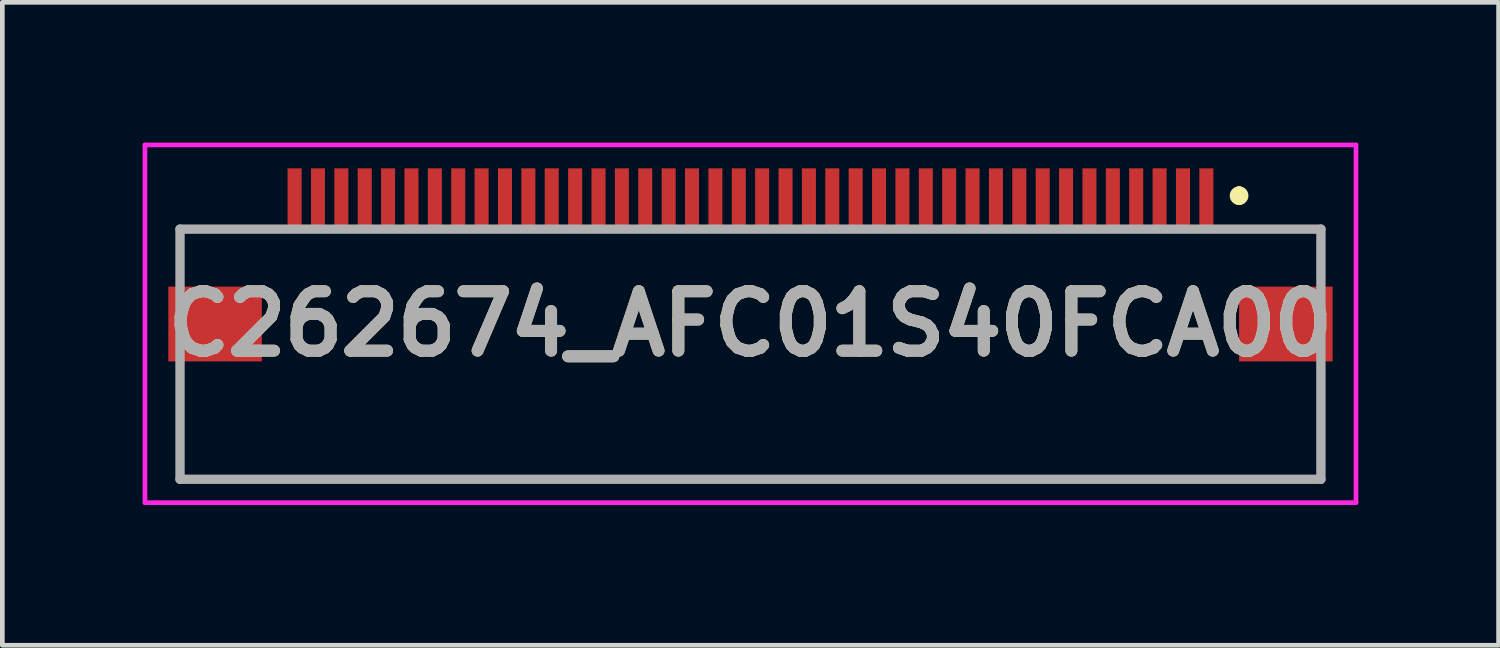
<source format=kicad_pcb>
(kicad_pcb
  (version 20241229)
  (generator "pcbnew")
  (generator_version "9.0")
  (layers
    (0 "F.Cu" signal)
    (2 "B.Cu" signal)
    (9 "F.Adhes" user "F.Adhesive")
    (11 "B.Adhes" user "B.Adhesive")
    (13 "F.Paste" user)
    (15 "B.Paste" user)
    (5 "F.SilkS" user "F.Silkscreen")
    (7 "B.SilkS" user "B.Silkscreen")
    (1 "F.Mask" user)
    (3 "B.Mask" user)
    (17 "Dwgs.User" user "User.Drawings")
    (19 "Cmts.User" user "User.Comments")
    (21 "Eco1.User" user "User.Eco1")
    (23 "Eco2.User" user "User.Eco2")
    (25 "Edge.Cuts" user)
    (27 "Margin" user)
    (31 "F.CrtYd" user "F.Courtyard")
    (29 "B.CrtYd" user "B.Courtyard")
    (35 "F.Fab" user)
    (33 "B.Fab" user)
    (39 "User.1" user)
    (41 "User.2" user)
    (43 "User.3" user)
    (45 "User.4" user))
  (footprint "C262674_AFC01S40FCA00"
    (layer "F.Cu")
    (at 13 3.875)
    (property "Reference" "C262674_AFC01S40FCA00" (at 0 0 0) (layer "F.SilkS") (effects (font (size 1.27 1.27) (thickness 0.254))))
    (attr smd)
    (fp_line (start -12.2 -2.025) (end -12.2 -1.525) (stroke (width 0.1) (type solid)) (layer "F.SilkS"))
    (fp_line (start -12.2 1.475) (end -12.2 3.325) (stroke (width 0.1) (type solid)) (layer "F.SilkS"))
    (fp_line (start -12.2 3.325) (end 12.2 3.325) (stroke (width 0.1) (type solid)) (layer "F.SilkS"))
    (fp_line (start -10.5 -2.025) (end -12.2 -2.025) (stroke (width 0.1) (type solid)) (layer "F.SilkS"))
    (fp_line (start 10.45 -2.84) (end 10.45 -2.84) (stroke (width 0.2) (type solid)) (layer "F.SilkS"))
    (fp_line (start 10.45 -2.64) (end 10.45 -2.64) (stroke (width 0.2) (type solid)) (layer "F.SilkS"))
    (fp_line (start 10.5 -2.025) (end 12.2 -2.025) (stroke (width 0.1) (type solid)) (layer "F.SilkS"))
    (fp_line (start 12.2 -2.025) (end 12.2 -1.525) (stroke (width 0.1) (type solid)) (layer "F.SilkS"))
    (fp_line (start 12.2 3.325) (end 12.2 1.475) (stroke (width 0.1) (type solid)) (layer "F.SilkS"))
    (fp_arc (start 10.45 -2.84) (mid 10.55 -2.74) (end 10.45 -2.64) (stroke (width 0.2) (type solid)) (layer "F.SilkS"))
    (fp_arc (start 10.45 -2.64) (mid 10.35 -2.74) (end 10.45 -2.84) (stroke (width 0.2) (type solid)) (layer "F.SilkS"))
    (fp_line (start -12.95 -3.825) (end 12.95 -3.825) (stroke (width 0.1) (type solid)) (layer "F.CrtYd"))
    (fp_line (start -12.95 3.825) (end -12.95 -3.825) (stroke (width 0.1) (type solid)) (layer "F.CrtYd"))
    (fp_line (start 12.95 -3.825) (end 12.95 3.825) (stroke (width 0.1) (type solid)) (layer "F.CrtYd"))
    (fp_line (start 12.95 3.825) (end -12.95 3.825) (stroke (width 0.1) (type solid)) (layer "F.CrtYd"))
    (fp_line (start -12.2 -2.025) (end 12.2 -2.025) (stroke (width 0.2) (type solid)) (layer "F.Fab"))
    (fp_line (start -12.2 3.325) (end -12.2 -2.025) (stroke (width 0.2) (type solid)) (layer "F.Fab"))
    (fp_line (start 12.2 -2.025) (end 12.2 3.325) (stroke (width 0.2) (type solid)) (layer "F.Fab"))
    (fp_line (start 12.2 3.325) (end -12.2 3.325) (stroke (width 0.2) (type solid)) (layer "F.Fab"))
    (fp_text user "${REFERENCE}" (at 0 0 0) (layer "F.Fab") (effects (font (size 1.27 1.27) (thickness 0.254))))
    (pad "1" smd rect (at 9.75 -2.675) (size 0.3 1.3) (layers "F.Cu" "F.Mask" "F.Paste"))
    (pad "2" smd rect (at 9.25 -2.675) (size 0.3 1.3) (layers "F.Cu" "F.Mask" "F.Paste"))
    (pad "3" smd rect (at 8.75 -2.675) (size 0.3 1.3) (layers "F.Cu" "F.Mask" "F.Paste"))
    (pad "4" smd rect (at 8.25 -2.675) (size 0.3 1.3) (layers "F.Cu" "F.Mask" "F.Paste"))
    (pad "5" smd rect (at 7.75 -2.675) (size 0.3 1.3) (layers "F.Cu" "F.Mask" "F.Paste"))
    (pad "6" smd rect (at 7.25 -2.675) (size 0.3 1.3) (layers "F.Cu" "F.Mask" "F.Paste"))
    (pad "7" smd rect (at 6.75 -2.675) (size 0.3 1.3) (layers "F.Cu" "F.Mask" "F.Paste"))
    (pad "8" smd rect (at 6.25 -2.675) (size 0.3 1.3) (layers "F.Cu" "F.Mask" "F.Paste"))
    (pad "9" smd rect (at 5.75 -2.675) (size 0.3 1.3) (layers "F.Cu" "F.Mask" "F.Paste"))
    (pad "10" smd rect (at 5.25 -2.675) (size 0.3 1.3) (layers "F.Cu" "F.Mask" "F.Paste"))
    (pad "11" smd rect (at 4.75 -2.675) (size 0.3 1.3) (layers "F.Cu" "F.Mask" "F.Paste"))
    (pad "12" smd rect (at 4.25 -2.675) (size 0.3 1.3) (layers "F.Cu" "F.Mask" "F.Paste"))
    (pad "13" smd rect (at 3.75 -2.675) (size 0.3 1.3) (layers "F.Cu" "F.Mask" "F.Paste"))
    (pad "14" smd rect (at 3.25 -2.675) (size 0.3 1.3) (layers "F.Cu" "F.Mask" "F.Paste"))
    (pad "15" smd rect (at 2.75 -2.675) (size 0.3 1.3) (layers "F.Cu" "F.Mask" "F.Paste"))
    (pad "16" smd rect (at 2.25 -2.675) (size 0.3 1.3) (layers "F.Cu" "F.Mask" "F.Paste"))
    (pad "17" smd rect (at 1.75 -2.675) (size 0.3 1.3) (layers "F.Cu" "F.Mask" "F.Paste"))
    (pad "18" smd rect (at 1.25 -2.675) (size 0.3 1.3) (layers "F.Cu" "F.Mask" "F.Paste"))
    (pad "19" smd rect (at 0.75 -2.675) (size 0.3 1.3) (layers "F.Cu" "F.Mask" "F.Paste"))
    (pad "20" smd rect (at 0.25 -2.675) (size 0.3 1.3) (layers "F.Cu" "F.Mask" "F.Paste"))
    (pad "21" smd rect (at -0.25 -2.675) (size 0.3 1.3) (layers "F.Cu" "F.Mask" "F.Paste"))
    (pad "22" smd rect (at -0.75 -2.675) (size 0.3 1.3) (layers "F.Cu" "F.Mask" "F.Paste"))
    (pad "23" smd rect (at -1.25 -2.675) (size 0.3 1.3) (layers "F.Cu" "F.Mask" "F.Paste"))
    (pad "24" smd rect (at -1.75 -2.675) (size 0.3 1.3) (layers "F.Cu" "F.Mask" "F.Paste"))
    (pad "25" smd rect (at -2.25 -2.675) (size 0.3 1.3) (layers "F.Cu" "F.Mask" "F.Paste"))
    (pad "26" smd rect (at -2.75 -2.675) (size 0.3 1.3) (layers "F.Cu" "F.Mask" "F.Paste"))
    (pad "27" smd rect (at -3.25 -2.675) (size 0.3 1.3) (layers "F.Cu" "F.Mask" "F.Paste"))
    (pad "28" smd rect (at -3.75 -2.675) (size 0.3 1.3) (layers "F.Cu" "F.Mask" "F.Paste"))
    (pad "29" smd rect (at -4.25 -2.675) (size 0.3 1.3) (layers "F.Cu" "F.Mask" "F.Paste"))
    (pad "30" smd rect (at -4.75 -2.675) (size 0.3 1.3) (layers "F.Cu" "F.Mask" "F.Paste"))
    (pad "31" smd rect (at -5.25 -2.675) (size 0.3 1.3) (layers "F.Cu" "F.Mask" "F.Paste"))
    (pad "32" smd rect (at -5.75 -2.675) (size 0.3 1.3) (layers "F.Cu" "F.Mask" "F.Paste"))
    (pad "33" smd rect (at -6.25 -2.675) (size 0.3 1.3) (layers "F.Cu" "F.Mask" "F.Paste"))
    (pad "34" smd rect (at -6.75 -2.675) (size 0.3 1.3) (layers "F.Cu" "F.Mask" "F.Paste"))
    (pad "35" smd rect (at -7.25 -2.675) (size 0.3 1.3) (layers "F.Cu" "F.Mask" "F.Paste"))
    (pad "36" smd rect (at -7.75 -2.675) (size 0.3 1.3) (layers "F.Cu" "F.Mask" "F.Paste"))
    (pad "37" smd rect (at -8.25 -2.675) (size 0.3 1.3) (layers "F.Cu" "F.Mask" "F.Paste"))
    (pad "38" smd rect (at -8.75 -2.675) (size 0.3 1.3) (layers "F.Cu" "F.Mask" "F.Paste"))
    (pad "39" smd rect (at -9.25 -2.675) (size 0.3 1.3) (layers "F.Cu" "F.Mask" "F.Paste"))
    (pad "40" smd rect (at -9.75 -2.675) (size 0.3 1.3) (layers "F.Cu" "F.Mask" "F.Paste"))
    (pad "MP1" smd rect (at -11.45 0.005 90) (size 1.6 2) (layers "F.Cu" "F.Mask" "F.Paste"))
    (pad "MP2" smd rect (at 11.45 0.005 90) (size 1.6 2) (layers "F.Cu" "F.Mask" "F.Paste")))
  (gr_rect
    (start -3 -3)
    (end 29 10.75)
    (stroke (width 0.1) (type default))
    (fill no)
    (layer "Edge.Cuts")))
</source>
